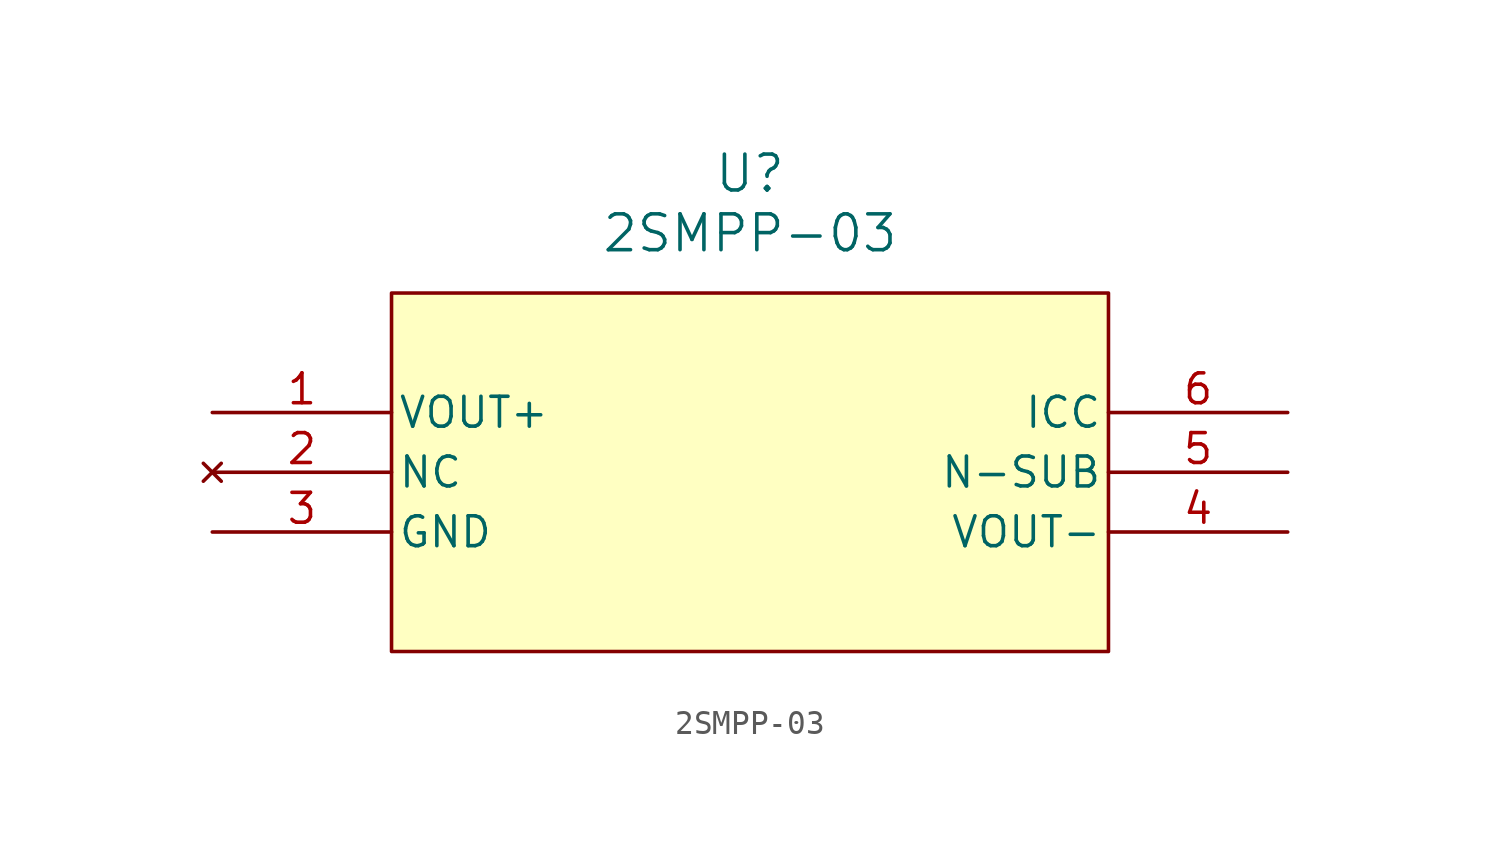
<source format=kicad_sym>
(kicad_symbol_lib
  (version 20231120)
  (generator "kicad_symbol_editor")
  (generator_version "8.0")
  (symbol "2SMPP-03"
    (pin_names
      (offset 0.254))
    (property "Reference" "U"
      (at 0 12.7 0)
      (effects (font (size 1.524 1.524))))
    (property "Value" "2SMPP-03"
      (at 0 10.16 0)
      (effects (font (size 1.524 1.524))))
    (property "ki_locked" ""
      (at 0 0 0)
      (effects (font (size 1.27 1.27))))
    (symbol "2SMPP-03_0_1"
      (pin output line (at -22.86 2.54 0) (length 7.62) (name "VOUT+" (effects (font (size 1.27 1.27)))) (number "1" (effects (font (size 1.27 1.27)))))
      (pin no_connect line (at -22.86 0 0) (length 7.62) (name "NC" (effects (font (size 1.27 1.27)))) (number "2" (effects (font (size 1.27 1.27)))))
      (pin output line (at 22.86 -2.54 180) (length 7.62) (name "VOUT-" (effects (font (size 1.27 1.27)))) (number "4" (effects (font (size 1.27 1.27))))))
    (symbol "2SMPP-03_1_1"
      (rectangle (start -15.24 7.62) (end 15.24 -7.62) (stroke (width 0) (type default)) (fill (type background)))
      (pin power_in line (at -22.86 -2.54 0) (length 7.62) (name "GND" (effects (font (size 1.27 1.27)))) (number "3" (effects (font (size 1.27 1.27)))))
      (pin input line (at 22.86 0 180) (length 7.62) (name "N-SUB" (effects (font (size 1.27 1.27)))) (number "5" (effects (font (size 1.27 1.27)))))
      (pin input line (at 22.86 2.54 180) (length 7.62) (name "ICC" (effects (font (size 1.27 1.27)))) (number "6" (effects (font (size 1.27 1.27))))))))
</source>
